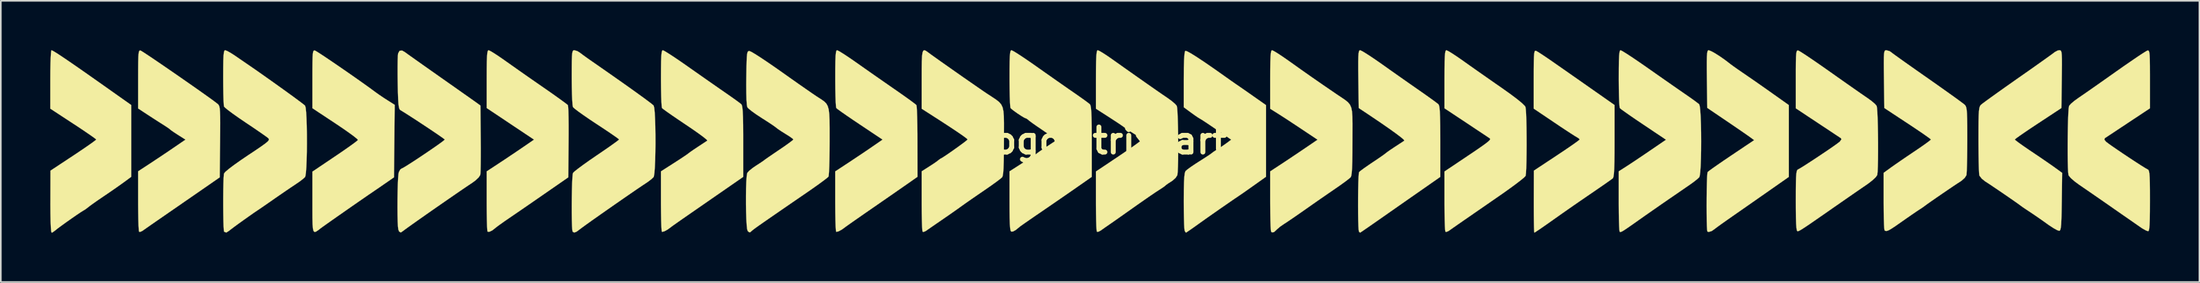
<source format=kicad_pcb>
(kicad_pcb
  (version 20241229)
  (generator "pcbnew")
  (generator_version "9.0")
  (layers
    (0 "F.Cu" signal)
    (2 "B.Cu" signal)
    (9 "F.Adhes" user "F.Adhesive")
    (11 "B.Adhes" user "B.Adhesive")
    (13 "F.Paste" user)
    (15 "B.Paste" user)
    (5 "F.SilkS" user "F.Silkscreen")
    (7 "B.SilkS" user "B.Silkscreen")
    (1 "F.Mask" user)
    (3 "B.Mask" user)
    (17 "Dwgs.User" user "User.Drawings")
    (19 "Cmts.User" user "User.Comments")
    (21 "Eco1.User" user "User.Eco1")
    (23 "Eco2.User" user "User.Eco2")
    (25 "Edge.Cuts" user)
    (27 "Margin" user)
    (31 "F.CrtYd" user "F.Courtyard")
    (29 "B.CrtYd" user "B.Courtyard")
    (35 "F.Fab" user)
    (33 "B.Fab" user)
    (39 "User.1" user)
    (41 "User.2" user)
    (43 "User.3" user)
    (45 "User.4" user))
  (footprint "Logo_itrix_art"
    (layer "F.Cu")
    (at 63.759 5.509)
    (property "Reference" "Logo_itrix_art" (at 0 0 0) (layer "F.SilkS") (effects (font (size 1.524 1.524) (thickness 0.3))))
    (attr through_hole)
    (fp_poly (pts (xy -63.587 -5.461) (xy -63.377 -5.334) (xy -63.049 -5.119) (xy -62.599 -4.814) (xy -62.023 -4.416) (xy -61.318 -3.922) (xy -60.509 -3.351) (xy -58.843 -2.173) (xy -58.843 2.196) (xy -59.288 2.523) (xy -59.549 2.711) (xy -59.898 2.956) (xy -60.283 3.221) (xy -60.537 3.393) (xy -60.869 3.619) (xy -61.155 3.82) (xy -61.363 3.971) (xy -61.453 4.043) (xy -61.621 4.171) (xy -61.742 4.244) (xy -61.895 4.339) (xy -62.142 4.504) (xy -62.445 4.714) (xy -62.767 4.941) (xy -63.069 5.159) (xy -63.315 5.341) (xy -63.467 5.462) (xy -63.485 5.478) (xy -63.619 5.572) (xy -63.675 5.588) (xy -63.7 5.506) (xy -63.72 5.274) (xy -63.736 4.91) (xy -63.745 4.432) (xy -63.749 3.859) (xy -63.748 3.704) (xy -63.743 1.82) (xy -62.351 0.9) (xy -61.925 0.615) (xy -61.552 0.361) (xy -61.253 0.152) (xy -61.05 0.003) (xy -60.965 -0.07) (xy -60.964 -0.074) (xy -61.032 -0.134) (xy -61.222 -0.272) (xy -61.51 -0.472) (xy -61.876 -0.719) (xy -62.297 -0.998) (xy -62.361 -1.039) (xy -63.754 -1.952) (xy -63.754 -3.727) (xy -63.751 -4.255) (xy -63.742 -4.721) (xy -63.728 -5.099) (xy -63.71 -5.365) (xy -63.69 -5.495) (xy -63.683 -5.503) (xy -63.587 -5.461)) (stroke (width 0.01) (type solid)) (fill yes) (layer "F.SilkS"))
    (fp_poly (pts (xy -37.031 -5.456) (xy -36.815 -5.327) (xy -36.522 -5.135) (xy -36.179 -4.898) (xy -36.102 -4.843) (xy -35.722 -4.574) (xy -35.247 -4.239) (xy -34.721 -3.87) (xy -34.186 -3.498) (xy -33.782 -3.218) (xy -33.352 -2.919) (xy -32.97 -2.648) (xy -32.657 -2.422) (xy -32.435 -2.257) (xy -32.327 -2.169) (xy -32.322 -2.163) (xy -32.306 -2.057) (xy -32.292 -1.806) (xy -32.283 -1.433) (xy -32.277 -0.961) (xy -32.277 -0.416) (xy -32.28 0.076) (xy -32.3 2.226) (xy -33.74 3.224) (xy -34.232 3.565) (xy -34.731 3.91) (xy -35.2 4.233) (xy -35.603 4.509) (xy -35.899 4.711) (xy -36.213 4.928) (xy -36.482 5.119) (xy -36.67 5.259) (xy -36.731 5.31) (xy -36.918 5.456) (xy -37.094 5.537) (xy -37.2 5.529) (xy -37.216 5.432) (xy -37.23 5.191) (xy -37.241 4.832) (xy -37.249 4.38) (xy -37.253 3.861) (xy -37.253 3.669) (xy -37.253 1.864) (xy -36.555 1.406) (xy -36.156 1.142) (xy -35.698 0.835) (xy -35.258 0.538) (xy -35.116 0.441) (xy -34.376 -0.067) (xy -37.253 -1.99) (xy -37.253 -3.747) (xy -37.251 -4.353) (xy -37.245 -4.808) (xy -37.232 -5.132) (xy -37.213 -5.344) (xy -37.185 -5.461) (xy -37.147 -5.502) (xy -37.139 -5.503) (xy -37.031 -5.456)) (stroke (width 0.01) (type solid)) (fill yes) (layer "F.SilkS"))
    (fp_poly (pts (xy 37.091 -5.455) (xy 37.326 -5.328) (xy 37.618 -5.144) (xy 37.927 -4.928) (xy 38.111 -4.789) (xy 38.277 -4.66) (xy 38.456 -4.528) (xy 38.681 -4.369) (xy 38.984 -4.16) (xy 39.332 -3.921) (xy 39.639 -3.71) (xy 40.033 -3.435) (xy 40.463 -3.133) (xy 40.877 -2.84) (xy 41.825 -2.167) (xy 41.825 2.198) (xy 40.645 3.025) (xy 40.145 3.374) (xy 39.592 3.761) (xy 39.042 4.145) (xy 38.556 4.484) (xy 38.429 4.572) (xy 38.058 4.832) (xy 37.733 5.062) (xy 37.481 5.244) (xy 37.33 5.358) (xy 37.302 5.381) (xy 37.138 5.493) (xy 36.969 5.545) (xy 36.881 5.526) (xy 36.863 5.426) (xy 36.849 5.188) (xy 36.839 4.842) (xy 36.834 4.42) (xy 36.832 3.952) (xy 36.834 3.468) (xy 36.84 3) (xy 36.849 2.579) (xy 36.861 2.235) (xy 36.877 2) (xy 36.895 1.904) (xy 36.982 1.833) (xy 37.187 1.683) (xy 37.488 1.472) (xy 37.862 1.214) (xy 38.287 0.927) (xy 38.339 0.892) (xy 39.721 -0.036) (xy 39.488 -0.208) (xy 39.341 -0.313) (xy 39.082 -0.493) (xy 38.742 -0.727) (xy 38.348 -0.996) (xy 38.064 -1.189) (xy 36.872 -1.997) (xy 36.849 -3.75) (xy 36.843 -4.346) (xy 36.843 -4.793) (xy 36.849 -5.111) (xy 36.864 -5.321) (xy 36.888 -5.442) (xy 36.923 -5.496) (xy 36.951 -5.503) (xy 37.091 -5.455)) (stroke (width 0.01) (type solid)) (fill yes) (layer "F.SilkS"))
    (fp_poly (pts (xy -47.682 -5.483) (xy -47.578 -5.426) (xy -47.359 -5.287) (xy -47.047 -5.081) (xy -46.664 -4.823) (xy -46.233 -4.528) (xy -45.776 -4.213) (xy -45.316 -3.892) (xy -44.875 -3.581) (xy -44.475 -3.296) (xy -44.139 -3.051) (xy -44.027 -2.968) (xy -43.785 -2.795) (xy -43.481 -2.59) (xy -43.284 -2.464) (xy -42.839 -2.182) (xy -42.861 0.022) (xy -42.884 2.225) (xy -43.476 2.635) (xy -43.764 2.834) (xy -44.01 3.002) (xy -44.17 3.112) (xy -44.196 3.13) (xy -44.403 3.27) (xy -44.703 3.477) (xy -45.071 3.732) (xy -45.48 4.016) (xy -45.905 4.313) (xy -46.319 4.602) (xy -46.696 4.867) (xy -47.01 5.089) (xy -47.235 5.249) (xy -47.341 5.327) (xy -47.499 5.45) (xy -47.62 5.529) (xy -47.707 5.548) (xy -47.768 5.49) (xy -47.805 5.339) (xy -47.826 5.078) (xy -47.835 4.692) (xy -47.837 4.163) (xy -47.837 3.743) (xy -47.837 1.88) (xy -46.467 0.957) (xy -46.042 0.668) (xy -45.668 0.408) (xy -45.367 0.192) (xy -45.161 0.036) (xy -45.071 -0.044) (xy -45.069 -0.047) (xy -45.128 -0.117) (xy -45.308 -0.263) (xy -45.589 -0.47) (xy -45.949 -0.723) (xy -46.368 -1.007) (xy -46.439 -1.054) (xy -47.837 -1.979) (xy -47.837 -3.751) (xy -47.836 -4.342) (xy -47.832 -4.783) (xy -47.824 -5.097) (xy -47.81 -5.304) (xy -47.787 -5.424) (xy -47.754 -5.478) (xy -47.708 -5.488) (xy -47.682 -5.483)) (stroke (width 0.01) (type solid)) (fill yes) (layer "F.SilkS"))
    (fp_poly (pts (xy -58.272 -5.483) (xy -58.174 -5.427) (xy -57.958 -5.288) (xy -57.644 -5.079) (xy -57.253 -4.814) (xy -56.805 -4.508) (xy -56.32 -4.174) (xy -55.819 -3.827) (xy -55.322 -3.48) (xy -54.849 -3.149) (xy -54.421 -2.846) (xy -54.057 -2.586) (xy -53.778 -2.382) (xy -53.605 -2.25) (xy -53.571 -2.222) (xy -53.526 -2.169) (xy -53.49 -2.088) (xy -53.465 -1.959) (xy -53.448 -1.762) (xy -53.439 -1.476) (xy -53.436 -1.08) (xy -53.439 -0.555) (xy -53.444 0.069) (xy -53.467 2.227) (xy -55.033 3.312) (xy -55.54 3.662) (xy -56.049 4.015) (xy -56.527 4.345) (xy -56.94 4.631) (xy -57.255 4.849) (xy -57.309 4.886) (xy -57.625 5.105) (xy -57.899 5.297) (xy -58.096 5.435) (xy -58.162 5.483) (xy -58.301 5.545) (xy -58.363 5.532) (xy -58.38 5.434) (xy -58.395 5.192) (xy -58.407 4.832) (xy -58.415 4.38) (xy -58.42 3.86) (xy -58.42 3.667) (xy -58.42 1.859) (xy -57.721 1.402) (xy -57.323 1.139) (xy -56.864 0.833) (xy -56.424 0.536) (xy -56.283 0.439) (xy -55.542 -0.067) (xy -55.986 -0.348) (xy -56.226 -0.504) (xy -56.404 -0.627) (xy -56.473 -0.683) (xy -56.563 -0.755) (xy -56.75 -0.881) (xy -56.896 -0.974) (xy -57.161 -1.142) (xy -57.496 -1.358) (xy -57.832 -1.577) (xy -57.849 -1.587) (xy -58.42 -1.963) (xy -58.42 -3.743) (xy -58.419 -4.335) (xy -58.415 -4.779) (xy -58.407 -5.095) (xy -58.392 -5.303) (xy -58.369 -5.424) (xy -58.336 -5.478) (xy -58.291 -5.487) (xy -58.272 -5.483)) (stroke (width 0.01) (type solid)) (fill yes) (layer "F.SilkS"))
    (fp_poly (pts (xy -15.871 -5.456) (xy -15.656 -5.327) (xy -15.356 -5.132) (xy -14.998 -4.888) (xy -14.769 -4.727) (xy -14.295 -4.393) (xy -13.739 -4.003) (xy -13.162 -3.601) (xy -12.622 -3.225) (xy -12.446 -3.104) (xy -12.044 -2.823) (xy -11.689 -2.571) (xy -11.407 -2.365) (xy -11.221 -2.223) (xy -11.156 -2.165) (xy -11.139 -2.059) (xy -11.124 -1.807) (xy -11.111 -1.433) (xy -11.101 -0.962) (xy -11.094 -0.417) (xy -11.093 0.059) (xy -11.091 2.192) (xy -11.705 2.623) (xy -11.965 2.804) (xy -12.332 3.059) (xy -12.773 3.366) (xy -13.258 3.702) (xy -13.753 4.045) (xy -13.843 4.107) (xy -14.294 4.419) (xy -14.699 4.701) (xy -15.039 4.938) (xy -15.29 5.115) (xy -15.432 5.217) (xy -15.454 5.233) (xy -15.68 5.399) (xy -15.882 5.509) (xy -16.012 5.54) (xy -16.03 5.532) (xy -16.047 5.434) (xy -16.062 5.192) (xy -16.074 4.832) (xy -16.082 4.38) (xy -16.086 3.861) (xy -16.087 3.67) (xy -16.087 1.866) (xy -15.261 1.323) (xy -14.851 1.051) (xy -14.417 0.76) (xy -14.021 0.492) (xy -13.822 0.355) (xy -13.209 -0.068) (xy -14.584 -0.986) (xy -15.013 -1.274) (xy -15.393 -1.534) (xy -15.703 -1.75) (xy -15.919 -1.905) (xy -16.019 -1.986) (xy -16.022 -1.989) (xy -16.041 -2.096) (xy -16.058 -2.346) (xy -16.071 -2.711) (xy -16.081 -3.165) (xy -16.085 -3.681) (xy -16.085 -3.789) (xy -16.084 -4.39) (xy -16.077 -4.841) (xy -16.064 -5.159) (xy -16.043 -5.363) (xy -16.014 -5.472) (xy -15.975 -5.503) (xy -15.871 -5.456)) (stroke (width 0.01) (type solid)) (fill yes) (layer "F.SilkS"))
    (fp_poly (pts (xy 26.466 -5.47) (xy 26.585 -5.403) (xy 26.81 -5.26) (xy 27.11 -5.059) (xy 27.454 -4.823) (xy 27.48 -4.804) (xy 27.784 -4.592) (xy 28.032 -4.419) (xy 28.25 -4.267) (xy 28.463 -4.118) (xy 28.697 -3.954) (xy 28.979 -3.757) (xy 29.334 -3.508) (xy 29.788 -3.189) (xy 30.078 -2.986) (xy 31.242 -2.169) (xy 31.242 0.013) (xy 31.24 0.727) (xy 31.233 1.287) (xy 31.22 1.707) (xy 31.202 2.002) (xy 31.176 2.187) (xy 31.143 2.277) (xy 31.136 2.285) (xy 31.03 2.363) (xy 30.813 2.517) (xy 30.514 2.726) (xy 30.161 2.969) (xy 30.057 3.041) (xy 29.535 3.398) (xy 29.113 3.688) (xy 28.751 3.938) (xy 28.409 4.176) (xy 28.047 4.43) (xy 27.625 4.728) (xy 27.366 4.912) (xy 27.017 5.157) (xy 26.72 5.363) (xy 26.499 5.511) (xy 26.382 5.583) (xy 26.371 5.588) (xy 26.36 5.507) (xy 26.35 5.281) (xy 26.343 4.934) (xy 26.338 4.49) (xy 26.336 3.972) (xy 26.336 3.704) (xy 26.341 1.82) (xy 27.733 0.899) (xy 28.16 0.614) (xy 28.534 0.359) (xy 28.833 0.15) (xy 29.037 0.001) (xy 29.124 -0.072) (xy 29.125 -0.076) (xy 29.059 -0.151) (xy 28.958 -0.213) (xy 28.834 -0.286) (xy 28.597 -0.438) (xy 28.274 -0.649) (xy 27.89 -0.904) (xy 27.561 -1.126) (xy 26.331 -1.955) (xy 26.331 -3.738) (xy 26.332 -4.333) (xy 26.337 -4.779) (xy 26.346 -5.096) (xy 26.362 -5.303) (xy 26.385 -5.421) (xy 26.418 -5.471) (xy 26.462 -5.471) (xy 26.466 -5.47)) (stroke (width 0.01) (type solid)) (fill yes) (layer "F.SilkS"))
    (fp_poly (pts (xy 10.548 -5.456) (xy 10.762 -5.327) (xy 11.057 -5.133) (xy 11.404 -4.893) (xy 11.521 -4.81) (xy 12.177 -4.342) (xy 12.827 -3.885) (xy 13.517 -3.406) (xy 14.296 -2.873) (xy 14.398 -2.803) (xy 14.679 -2.616) (xy 14.896 -2.467) (xy 15.059 -2.332) (xy 15.175 -2.188) (xy 15.252 -2.011) (xy 15.298 -1.778) (xy 15.32 -1.463) (xy 15.327 -1.045) (xy 15.326 -0.498) (xy 15.325 -0.001) (xy 15.322 0.708) (xy 15.314 1.262) (xy 15.3 1.676) (xy 15.279 1.964) (xy 15.25 2.142) (xy 15.219 2.215) (xy 15.11 2.313) (xy 14.892 2.48) (xy 14.596 2.694) (xy 14.266 2.923) (xy 13.852 3.208) (xy 13.362 3.546) (xy 12.862 3.895) (xy 12.446 4.188) (xy 12.064 4.455) (xy 11.705 4.703) (xy 11.405 4.907) (xy 11.199 5.042) (xy 11.17 5.06) (xy 10.935 5.222) (xy 10.74 5.388) (xy 10.713 5.416) (xy 10.555 5.56) (xy 10.443 5.574) (xy 10.386 5.532) (xy 10.369 5.434) (xy 10.354 5.192) (xy 10.342 4.832) (xy 10.334 4.38) (xy 10.33 3.861) (xy 10.329 3.669) (xy 10.329 1.864) (xy 11.028 1.405) (xy 11.427 1.141) (xy 11.886 0.834) (xy 12.326 0.537) (xy 12.466 0.442) (xy 13.206 -0.062) (xy 12.255 -0.698) (xy 11.849 -0.967) (xy 11.445 -1.234) (xy 11.087 -1.467) (xy 10.822 -1.636) (xy 10.816 -1.64) (xy 10.329 -1.945) (xy 10.329 -3.724) (xy 10.331 -4.337) (xy 10.338 -4.799) (xy 10.351 -5.129) (xy 10.37 -5.344) (xy 10.398 -5.462) (xy 10.436 -5.503) (xy 10.441 -5.503) (xy 10.548 -5.456)) (stroke (width 0.01) (type solid)) (fill yes) (layer "F.SilkS"))
    (fp_poly (pts (xy 5.279 -5.439) (xy 5.516 -5.311) (xy 5.878 -5.085) (xy 6.363 -4.762) (xy 6.967 -4.345) (xy 7.637 -3.871) (xy 7.909 -3.678) (xy 8.157 -3.504) (xy 8.297 -3.408) (xy 8.452 -3.302) (xy 8.707 -3.125) (xy 9.024 -2.904) (xy 9.292 -2.715) (xy 10.075 -2.165) (xy 10.075 2.19) (xy 9.377 2.686) (xy 9.059 2.911) (xy 8.776 3.111) (xy 8.566 3.257) (xy 8.494 3.306) (xy 8.179 3.518) (xy 7.769 3.801) (xy 7.303 4.123) (xy 6.824 4.458) (xy 6.374 4.775) (xy 5.993 5.047) (xy 5.986 5.052) (xy 5.682 5.269) (xy 5.431 5.444) (xy 5.265 5.557) (xy 5.212 5.588) (xy 5.161 5.522) (xy 5.131 5.454) (xy 5.116 5.331) (xy 5.102 5.067) (xy 5.091 4.69) (xy 5.083 4.229) (xy 5.08 3.711) (xy 5.08 3.65) (xy 5.084 3.01) (xy 5.095 2.524) (xy 5.115 2.179) (xy 5.145 1.958) (xy 5.185 1.848) (xy 5.186 1.847) (xy 5.301 1.747) (xy 5.523 1.585) (xy 5.816 1.388) (xy 6.011 1.263) (xy 6.319 1.067) (xy 6.57 0.904) (xy 6.732 0.793) (xy 6.773 0.761) (xy 6.867 0.688) (xy 7.048 0.569) (xy 7.112 0.53) (xy 7.391 0.349) (xy 7.669 0.155) (xy 7.686 0.142) (xy 7.964 -0.064) (xy 7.054 -0.688) (xy 6.706 -0.925) (xy 6.406 -1.126) (xy 6.182 -1.272) (xy 6.063 -1.344) (xy 6.056 -1.347) (xy 5.947 -1.413) (xy 5.747 -1.549) (xy 5.524 -1.71) (xy 5.08 -2.037) (xy 5.08 -3.723) (xy 5.085 -4.405) (xy 5.099 -4.919) (xy 5.123 -5.265) (xy 5.156 -5.442) (xy 5.172 -5.466) (xy 5.279 -5.439)) (stroke (width 0.01) (type solid)) (fill yes) (layer "F.SilkS"))
    (fp_poly (pts (xy 21.135 -5.456) (xy 21.351 -5.327) (xy 21.644 -5.135) (xy 21.987 -4.898) (xy 22.064 -4.843) (xy 22.445 -4.572) (xy 22.921 -4.236) (xy 23.448 -3.867) (xy 23.98 -3.495) (xy 24.369 -3.225) (xy 24.897 -2.85) (xy 25.317 -2.535) (xy 25.619 -2.287) (xy 25.793 -2.115) (xy 25.829 -2.059) (xy 25.851 -1.916) (xy 25.87 -1.634) (xy 25.884 -1.244) (xy 25.894 -0.777) (xy 25.899 -0.262) (xy 25.901 0.271) (xy 25.897 0.79) (xy 25.89 1.265) (xy 25.878 1.667) (xy 25.862 1.965) (xy 25.841 2.128) (xy 25.837 2.139) (xy 25.752 2.23) (xy 25.548 2.399) (xy 25.247 2.631) (xy 24.868 2.909) (xy 24.435 3.218) (xy 24.255 3.342) (xy 23.754 3.689) (xy 23.249 4.039) (xy 22.775 4.366) (xy 22.367 4.649) (xy 22.058 4.862) (xy 22.024 4.886) (xy 21.708 5.105) (xy 21.433 5.297) (xy 21.237 5.435) (xy 21.17 5.483) (xy 21.032 5.545) (xy 20.97 5.532) (xy 20.953 5.434) (xy 20.938 5.192) (xy 20.926 4.833) (xy 20.917 4.38) (xy 20.913 3.861) (xy 20.913 3.673) (xy 20.913 1.871) (xy 22.119 1.062) (xy 22.647 0.707) (xy 23.048 0.433) (xy 23.337 0.229) (xy 23.53 0.082) (xy 23.642 -0.018) (xy 23.687 -0.084) (xy 23.68 -0.128) (xy 23.66 -0.148) (xy 23.564 -0.213) (xy 23.35 -0.356) (xy 23.043 -0.56) (xy 22.666 -0.811) (xy 22.243 -1.092) (xy 22.242 -1.093) (xy 20.913 -1.974) (xy 20.913 -3.739) (xy 20.915 -4.346) (xy 20.921 -4.803) (xy 20.934 -5.129) (xy 20.953 -5.341) (xy 20.981 -5.459) (xy 21.018 -5.502) (xy 21.027 -5.503) (xy 21.135 -5.456)) (stroke (width 0.01) (type solid)) (fill yes) (layer "F.SilkS"))
    (fp_poly (pts (xy 31.705 -5.456) (xy 31.92 -5.325) (xy 32.23 -5.124) (xy 32.613 -4.866) (xy 33.048 -4.566) (xy 33.251 -4.424) (xy 33.755 -4.07) (xy 34.265 -3.713) (xy 34.746 -3.377) (xy 35.164 -3.086) (xy 35.484 -2.865) (xy 35.526 -2.836) (xy 35.844 -2.615) (xy 36.117 -2.419) (xy 36.31 -2.274) (xy 36.379 -2.216) (xy 36.416 -2.097) (xy 36.446 -1.836) (xy 36.47 -1.464) (xy 36.487 -1.008) (xy 36.497 -0.496) (xy 36.5 0.041) (xy 36.497 0.577) (xy 36.487 1.082) (xy 36.47 1.528) (xy 36.446 1.886) (xy 36.415 2.128) (xy 36.386 2.218) (xy 36.262 2.335) (xy 36.047 2.505) (xy 35.832 2.66) (xy 35.578 2.835) (xy 35.234 3.072) (xy 34.846 3.339) (xy 34.52 3.562) (xy 34.077 3.868) (xy 33.569 4.222) (xy 33.069 4.571) (xy 32.766 4.785) (xy 32.343 5.084) (xy 32.037 5.297) (xy 31.828 5.437) (xy 31.695 5.517) (xy 31.617 5.549) (xy 31.573 5.546) (xy 31.549 5.529) (xy 31.534 5.432) (xy 31.52 5.191) (xy 31.508 4.832) (xy 31.5 4.38) (xy 31.496 3.861) (xy 31.496 3.668) (xy 31.496 1.861) (xy 31.96 1.564) (xy 32.21 1.401) (xy 32.555 1.172) (xy 32.952 0.905) (xy 33.357 0.63) (xy 33.396 0.603) (xy 34.368 -0.061) (xy 32.996 -0.981) (xy 32.568 -1.269) (xy 32.188 -1.53) (xy 31.879 -1.747) (xy 31.663 -1.903) (xy 31.563 -1.984) (xy 31.561 -1.987) (xy 31.542 -2.095) (xy 31.525 -2.345) (xy 31.511 -2.711) (xy 31.502 -3.165) (xy 31.497 -3.681) (xy 31.497 -3.789) (xy 31.499 -4.392) (xy 31.506 -4.844) (xy 31.519 -5.163) (xy 31.54 -5.367) (xy 31.57 -5.475) (xy 31.606 -5.503) (xy 31.705 -5.456)) (stroke (width 0.01) (type solid)) (fill yes) (layer "F.SilkS"))
    (fp_poly (pts (xy 15.898 -5.456) (xy 16.118 -5.325) (xy 16.426 -5.127) (xy 16.796 -4.876) (xy 17.139 -4.636) (xy 17.64 -4.28) (xy 18.192 -3.891) (xy 18.74 -3.506) (xy 19.228 -3.165) (xy 19.396 -3.048) (xy 19.77 -2.786) (xy 20.099 -2.551) (xy 20.357 -2.363) (xy 20.515 -2.242) (xy 20.545 -2.216) (xy 20.582 -2.145) (xy 20.61 -1.999) (xy 20.631 -1.761) (xy 20.645 -1.415) (xy 20.654 -0.943) (xy 20.658 -0.328) (xy 20.659 0.046) (xy 20.659 2.197) (xy 19.622 2.922) (xy 19.199 3.217) (xy 18.686 3.575) (xy 18.13 3.964) (xy 17.577 4.351) (xy 17.197 4.617) (xy 16.774 4.912) (xy 16.401 5.172) (xy 16.1 5.38) (xy 15.892 5.523) (xy 15.796 5.586) (xy 15.793 5.588) (xy 15.729 5.541) (xy 15.72 5.532) (xy 15.701 5.431) (xy 15.686 5.192) (xy 15.675 4.845) (xy 15.668 4.422) (xy 15.666 3.952) (xy 15.667 3.468) (xy 15.672 3) (xy 15.681 2.579) (xy 15.694 2.235) (xy 15.71 1.999) (xy 15.728 1.905) (xy 15.821 1.826) (xy 16.023 1.676) (xy 16.303 1.481) (xy 16.552 1.312) (xy 16.867 1.101) (xy 17.127 0.922) (xy 17.3 0.797) (xy 17.357 0.752) (xy 17.444 0.683) (xy 17.634 0.551) (xy 17.887 0.382) (xy 17.905 0.371) (xy 18.164 0.202) (xy 18.368 0.068) (xy 18.475 -0.004) (xy 18.477 -0.005) (xy 18.436 -0.07) (xy 18.263 -0.218) (xy 17.97 -0.44) (xy 17.568 -0.729) (xy 17.067 -1.077) (xy 16.478 -1.475) (xy 16.256 -1.624) (xy 15.706 -1.99) (xy 15.683 -3.747) (xy 15.676 -4.341) (xy 15.676 -4.786) (xy 15.682 -5.103) (xy 15.696 -5.313) (xy 15.719 -5.436) (xy 15.754 -5.492) (xy 15.79 -5.503) (xy 15.898 -5.456)) (stroke (width 0.01) (type solid)) (fill yes) (layer "F.SilkS"))
    (fp_poly (pts (xy -0.036 -5.457) (xy 0.176 -5.332) (xy 0.454 -5.15) (xy 0.636 -5.024) (xy 1.513 -4.403) (xy 2.259 -3.876) (xy 2.879 -3.44) (xy 3.38 -3.09) (xy 3.767 -2.822) (xy 4.048 -2.631) (xy 4.083 -2.607) (xy 4.343 -2.419) (xy 4.549 -2.242) (xy 4.654 -2.121) (xy 4.678 -1.995) (xy 4.698 -1.729) (xy 4.714 -1.352) (xy 4.727 -0.896) (xy 4.736 -0.388) (xy 4.741 0.142) (xy 4.741 0.663) (xy 4.737 1.146) (xy 4.727 1.562) (xy 4.713 1.881) (xy 4.693 2.074) (xy 4.688 2.095) (xy 4.586 2.257) (xy 4.394 2.429) (xy 4.33 2.471) (xy 4.129 2.599) (xy 3.998 2.695) (xy 3.979 2.713) (xy 3.889 2.787) (xy 3.702 2.914) (xy 3.56 3.005) (xy 3.361 3.135) (xy 3.058 3.341) (xy 2.684 3.6) (xy 2.273 3.887) (xy 2.036 4.054) (xy 1.623 4.347) (xy 1.231 4.623) (xy 0.894 4.861) (xy 0.643 5.036) (xy 0.55 5.1) (xy 0.307 5.268) (xy 0.095 5.418) (xy 0.036 5.461) (xy -0.115 5.537) (xy -0.197 5.532) (xy -0.214 5.434) (xy -0.229 5.192) (xy -0.241 4.833) (xy -0.249 4.38) (xy -0.254 3.861) (xy -0.254 3.673) (xy -0.254 1.871) (xy 0.741 1.205) (xy 1.334 0.806) (xy 1.795 0.491) (xy 2.135 0.252) (xy 2.366 0.082) (xy 2.497 -0.027) (xy 2.54 -0.082) (xy 2.54 -0.083) (xy 2.473 -0.15) (xy 2.3 -0.273) (xy 2.092 -0.405) (xy 1.823 -0.574) (xy 1.591 -0.727) (xy 1.478 -0.81) (xy 1.34 -0.909) (xy 1.097 -1.074) (xy 0.785 -1.279) (xy 0.529 -1.445) (xy -0.254 -1.948) (xy -0.254 -3.725) (xy -0.252 -4.347) (xy -0.244 -4.816) (xy -0.23 -5.15) (xy -0.209 -5.364) (xy -0.18 -5.476) (xy -0.148 -5.503) (xy -0.036 -5.457)) (stroke (width 0.01) (type solid)) (fill yes) (layer "F.SilkS"))
    (fp_poly (pts (xy -26.455 -5.456) (xy -26.24 -5.325) (xy -25.931 -5.125) (xy -25.553 -4.87) (xy -25.128 -4.575) (xy -25.034 -4.508) (xy -24.533 -4.156) (xy -24.011 -3.79) (xy -23.509 -3.439) (xy -23.068 -3.132) (xy -22.764 -2.921) (xy -22.422 -2.683) (xy -22.124 -2.471) (xy -21.903 -2.308) (xy -21.79 -2.217) (xy -21.789 -2.216) (xy -21.752 -2.146) (xy -21.724 -2.003) (xy -21.703 -1.771) (xy -21.688 -1.432) (xy -21.679 -0.969) (xy -21.675 -0.363) (xy -21.675 0.046) (xy -21.675 2.197) (xy -22.416 2.711) (xy -22.729 2.928) (xy -23.143 3.215) (xy -23.62 3.545) (xy -24.12 3.892) (xy -24.553 4.192) (xy -24.984 4.491) (xy -25.37 4.759) (xy -25.688 4.982) (xy -25.916 5.143) (xy -26.031 5.226) (xy -26.037 5.232) (xy -26.257 5.395) (xy -26.458 5.506) (xy -26.592 5.541) (xy -26.613 5.532) (xy -26.63 5.434) (xy -26.645 5.192) (xy -26.657 4.832) (xy -26.665 4.38) (xy -26.67 3.861) (xy -26.67 3.669) (xy -26.67 1.863) (xy -25.887 1.362) (xy -25.559 1.15) (xy -25.279 0.965) (xy -25.081 0.83) (xy -25.006 0.773) (xy -24.888 0.684) (xy -24.674 0.536) (xy -24.415 0.364) (xy -24.158 0.195) (xy -23.956 0.062) (xy -23.852 -0.008) (xy -23.852 -0.008) (xy -23.897 -0.068) (xy -24.063 -0.206) (xy -24.332 -0.406) (xy -24.682 -0.654) (xy -25.094 -0.934) (xy -25.162 -0.98) (xy -25.591 -1.268) (xy -25.973 -1.529) (xy -26.284 -1.746) (xy -26.501 -1.903) (xy -26.602 -1.984) (xy -26.605 -1.988) (xy -26.624 -2.095) (xy -26.641 -2.345) (xy -26.655 -2.711) (xy -26.664 -3.165) (xy -26.669 -3.681) (xy -26.669 -3.789) (xy -26.667 -4.388) (xy -26.661 -4.836) (xy -26.648 -5.153) (xy -26.628 -5.357) (xy -26.599 -5.468) (xy -26.56 -5.503) (xy -26.556 -5.503) (xy -26.455 -5.456)) (stroke (width 0.01) (type solid)) (fill yes) (layer "F.SilkS"))
    (fp_poly (pts (xy -10.58 -5.467) (xy -10.459 -5.381) (xy -10.452 -5.376) (xy -10.294 -5.259) (xy -10.021 -5.064) (xy -9.662 -4.808) (xy -9.24 -4.511) (xy -8.783 -4.189) (xy -8.316 -3.862) (xy -7.864 -3.548) (xy -7.455 -3.264) (xy -7.113 -3.028) (xy -6.864 -2.859) (xy -6.858 -2.856) (xy -6.551 -2.655) (xy -6.313 -2.496) (xy -6.134 -2.354) (xy -6.007 -2.206) (xy -5.922 -2.028) (xy -5.872 -1.795) (xy -5.847 -1.483) (xy -5.84 -1.07) (xy -5.841 -0.53) (xy -5.842 -0.001) (xy -5.845 0.708) (xy -5.853 1.262) (xy -5.867 1.676) (xy -5.888 1.965) (xy -5.917 2.142) (xy -5.948 2.216) (xy -6.054 2.31) (xy -6.273 2.477) (xy -6.573 2.694) (xy -6.928 2.942) (xy -7.027 3.01) (xy -7.427 3.284) (xy -7.818 3.554) (xy -8.158 3.791) (xy -8.404 3.967) (xy -8.424 3.981) (xy -8.676 4.162) (xy -9.016 4.401) (xy -9.393 4.663) (xy -9.64 4.833) (xy -9.973 5.062) (xy -10.265 5.263) (xy -10.481 5.414) (xy -10.578 5.483) (xy -10.717 5.545) (xy -10.78 5.532) (xy -10.797 5.434) (xy -10.812 5.192) (xy -10.824 4.832) (xy -10.833 4.38) (xy -10.837 3.86) (xy -10.837 3.668) (xy -10.837 1.861) (xy -10.351 1.551) (xy -10.099 1.387) (xy -9.909 1.255) (xy -9.821 1.184) (xy -9.709 1.1) (xy -9.691 1.092) (xy -9.574 1.026) (xy -9.365 0.89) (xy -9.098 0.707) (xy -8.805 0.501) (xy -8.52 0.296) (xy -8.277 0.116) (xy -8.108 -0.017) (xy -8.046 -0.078) (xy -8.118 -0.148) (xy -8.324 -0.301) (xy -8.655 -0.529) (xy -9.1 -0.826) (xy -9.649 -1.185) (xy -10.097 -1.473) (xy -10.837 -1.948) (xy -10.837 -3.726) (xy -10.836 -4.346) (xy -10.83 -4.813) (xy -10.814 -5.146) (xy -10.785 -5.36) (xy -10.739 -5.474) (xy -10.672 -5.504) (xy -10.58 -5.467)) (stroke (width 0.01) (type solid)) (fill yes) (layer "F.SilkS"))
    (fp_poly (pts (xy -42.202 -5.375) (xy -42.092 -5.294) (xy -41.862 -5.13) (xy -41.533 -4.896) (xy -41.122 -4.605) (xy -40.65 -4.272) (xy -40.136 -3.91) (xy -40.047 -3.847) (xy -39.525 -3.48) (xy -39.039 -3.138) (xy -38.61 -2.835) (xy -38.256 -2.586) (xy -37.998 -2.403) (xy -37.856 -2.302) (xy -37.846 -2.295) (xy -37.634 -2.141) (xy -37.615 -0.126) (xy -37.611 0.452) (xy -37.612 0.981) (xy -37.616 1.435) (xy -37.624 1.789) (xy -37.635 2.016) (xy -37.643 2.08) (xy -37.739 2.229) (xy -37.936 2.416) (xy -38.128 2.556) (xy -38.371 2.718) (xy -38.705 2.944) (xy -39.108 3.221) (xy -39.559 3.532) (xy -40.037 3.863) (xy -40.52 4.199) (xy -40.986 4.525) (xy -41.414 4.826) (xy -41.784 5.088) (xy -42.072 5.294) (xy -42.259 5.431) (xy -42.318 5.478) (xy -42.47 5.58) (xy -42.572 5.521) (xy -42.619 5.397) (xy -42.641 5.225) (xy -42.657 4.922) (xy -42.667 4.522) (xy -42.671 4.061) (xy -42.669 3.572) (xy -42.661 3.089) (xy -42.649 2.646) (xy -42.632 2.278) (xy -42.61 2.017) (xy -42.589 1.911) (xy -42.502 1.751) (xy -42.423 1.693) (xy -42.328 1.649) (xy -42.123 1.526) (xy -41.837 1.345) (xy -41.495 1.122) (xy -41.126 0.876) (xy -40.756 0.626) (xy -40.411 0.389) (xy -40.119 0.183) (xy -39.908 0.027) (xy -39.803 -0.062) (xy -39.797 -0.073) (xy -39.864 -0.129) (xy -40.048 -0.26) (xy -40.321 -0.448) (xy -40.658 -0.675) (xy -41.032 -0.924) (xy -41.416 -1.178) (xy -41.785 -1.418) (xy -42.112 -1.628) (xy -42.371 -1.79) (xy -42.503 -1.869) (xy -42.549 -1.922) (xy -42.584 -2.037) (xy -42.611 -2.236) (xy -42.63 -2.54) (xy -42.645 -2.971) (xy -42.656 -3.526) (xy -42.662 -4.039) (xy -42.662 -4.505) (xy -42.657 -4.893) (xy -42.647 -5.171) (xy -42.633 -5.307) (xy -42.541 -5.472) (xy -42.383 -5.482) (xy -42.202 -5.375)) (stroke (width 0.01) (type solid)) (fill yes) (layer "F.SilkS"))
    (fp_poly (pts (xy 42.402 -5.483) (xy 42.511 -5.424) (xy 42.737 -5.281) (xy 43.06 -5.066) (xy 43.46 -4.794) (xy 43.916 -4.477) (xy 44.329 -4.187) (xy 44.84 -3.825) (xy 45.334 -3.477) (xy 45.785 -3.161) (xy 46.166 -2.895) (xy 46.453 -2.697) (xy 46.585 -2.607) (xy 46.845 -2.419) (xy 47.052 -2.242) (xy 47.157 -2.121) (xy 47.18 -1.995) (xy 47.2 -1.73) (xy 47.217 -1.354) (xy 47.23 -0.898) (xy 47.239 -0.391) (xy 47.244 0.138) (xy 47.244 0.658) (xy 47.24 1.141) (xy 47.231 1.556) (xy 47.217 1.875) (xy 47.197 2.067) (xy 47.193 2.087) (xy 47.103 2.216) (xy 46.906 2.402) (xy 46.638 2.611) (xy 46.539 2.68) (xy 46.274 2.861) (xy 45.905 3.115) (xy 45.466 3.419) (xy 44.992 3.748) (xy 44.536 4.065) (xy 43.945 4.477) (xy 43.476 4.802) (xy 43.116 5.051) (xy 42.847 5.233) (xy 42.655 5.358) (xy 42.524 5.438) (xy 42.438 5.482) (xy 42.383 5.5) (xy 42.35 5.503) (xy 42.315 5.457) (xy 42.288 5.309) (xy 42.268 5.044) (xy 42.256 4.649) (xy 42.25 4.108) (xy 42.249 3.65) (xy 42.25 3.037) (xy 42.255 2.572) (xy 42.264 2.236) (xy 42.281 2.005) (xy 42.305 1.86) (xy 42.338 1.781) (xy 42.383 1.745) (xy 42.386 1.743) (xy 42.51 1.676) (xy 42.744 1.532) (xy 43.056 1.331) (xy 43.417 1.095) (xy 43.797 0.842) (xy 44.165 0.594) (xy 44.492 0.369) (xy 44.747 0.188) (xy 44.901 0.071) (xy 44.915 0.06) (xy 45.019 -0.079) (xy 44.993 -0.152) (xy 44.897 -0.216) (xy 44.684 -0.357) (xy 44.377 -0.561) (xy 44 -0.811) (xy 43.577 -1.091) (xy 43.576 -1.092) (xy 42.249 -1.972) (xy 42.249 -3.747) (xy 42.249 -4.339) (xy 42.253 -4.781) (xy 42.261 -5.096) (xy 42.276 -5.303) (xy 42.299 -5.424) (xy 42.332 -5.478) (xy 42.377 -5.488) (xy 42.402 -5.483)) (stroke (width 0.01) (type solid)) (fill yes) (layer "F.SilkS"))
    (fp_poly (pts (xy 58.314 -5.496) (xy 58.354 -5.461) (xy 58.383 -5.377) (xy 58.4 -5.222) (xy 58.409 -4.974) (xy 58.41 -4.613) (xy 58.405 -4.117) (xy 58.401 -3.747) (xy 58.378 -1.99) (xy 56.964 -1.058) (xy 56.533 -0.772) (xy 56.154 -0.517) (xy 55.85 -0.306) (xy 55.641 -0.156) (xy 55.548 -0.08) (xy 55.545 -0.075) (xy 55.61 -0.012) (xy 55.792 0.126) (xy 56.065 0.32) (xy 56.403 0.553) (xy 56.536 0.642) (xy 56.943 0.916) (xy 57.343 1.189) (xy 57.694 1.431) (xy 57.951 1.612) (xy 57.977 1.631) (xy 58.423 1.955) (xy 58.401 3.707) (xy 58.391 4.305) (xy 58.379 4.754) (xy 58.364 5.075) (xy 58.342 5.288) (xy 58.313 5.412) (xy 58.275 5.469) (xy 58.251 5.479) (xy 58.128 5.441) (xy 57.911 5.322) (xy 57.638 5.145) (xy 57.531 5.069) (xy 57.183 4.82) (xy 56.816 4.566) (xy 56.504 4.355) (xy 56.474 4.335) (xy 56.221 4.168) (xy 56.02 4.032) (xy 55.923 3.962) (xy 55.801 3.871) (xy 55.571 3.708) (xy 55.266 3.496) (xy 54.919 3.257) (xy 54.563 3.014) (xy 54.23 2.789) (xy 53.954 2.604) (xy 53.767 2.483) (xy 53.752 2.474) (xy 53.546 2.311) (xy 53.41 2.138) (xy 53.393 2.095) (xy 53.379 1.958) (xy 53.366 1.679) (xy 53.355 1.283) (xy 53.347 0.798) (xy 53.342 0.25) (xy 53.341 -0.064) (xy 53.342 -0.698) (xy 53.346 -1.185) (xy 53.355 -1.545) (xy 53.37 -1.801) (xy 53.393 -1.974) (xy 53.425 -2.086) (xy 53.468 -2.158) (xy 53.488 -2.18) (xy 53.593 -2.265) (xy 53.819 -2.433) (xy 54.146 -2.67) (xy 54.558 -2.965) (xy 55.034 -3.303) (xy 55.557 -3.671) (xy 55.753 -3.809) (xy 56.286 -4.182) (xy 56.777 -4.528) (xy 57.208 -4.834) (xy 57.561 -5.086) (xy 57.818 -5.272) (xy 57.961 -5.379) (xy 57.982 -5.396) (xy 58.159 -5.488) (xy 58.258 -5.503) (xy 58.314 -5.496)) (stroke (width 0.01) (type solid)) (fill yes) (layer "F.SilkS"))
    (fp_poly (pts (xy -5.28 -5.456) (xy -5.062 -5.325) (xy -4.753 -5.124) (xy -4.374 -4.868) (xy -3.949 -4.573) (xy -3.858 -4.508) (xy -3.358 -4.155) (xy -2.837 -3.789) (xy -2.336 -3.437) (xy -1.896 -3.13) (xy -1.593 -2.921) (xy -1.252 -2.683) (xy -0.954 -2.471) (xy -0.734 -2.308) (xy -0.621 -2.217) (xy -0.62 -2.216) (xy -0.584 -2.143) (xy -0.556 -1.994) (xy -0.535 -1.751) (xy -0.521 -1.397) (xy -0.512 -0.916) (xy -0.508 -0.29) (xy -0.508 0.046) (xy -0.508 2.197) (xy -1.39 2.813) (xy -1.776 3.082) (xy -2.253 3.412) (xy -2.771 3.769) (xy -3.281 4.119) (xy -3.509 4.276) (xy -3.917 4.555) (xy -4.281 4.806) (xy -4.575 5.01) (xy -4.775 5.151) (xy -4.853 5.207) (xy -5 5.327) (xy -5.125 5.429) (xy -5.29 5.52) (xy -5.397 5.528) (xy -5.435 5.471) (xy -5.463 5.322) (xy -5.483 5.064) (xy -5.496 4.68) (xy -5.502 4.155) (xy -5.503 3.676) (xy -5.503 1.863) (xy -4.72 1.362) (xy -4.392 1.15) (xy -4.112 0.965) (xy -3.915 0.83) (xy -3.839 0.773) (xy -3.721 0.684) (xy -3.508 0.536) (xy -3.249 0.364) (xy -2.992 0.195) (xy -2.79 0.062) (xy -2.686 -0.008) (xy -2.685 -0.008) (xy -2.724 -0.071) (xy -2.88 -0.207) (xy -3.131 -0.395) (xy -3.45 -0.618) (xy -3.487 -0.643) (xy -3.823 -0.871) (xy -4.104 -1.068) (xy -4.302 -1.214) (xy -4.387 -1.289) (xy -4.389 -1.291) (xy -4.485 -1.354) (xy -4.492 -1.355) (xy -4.601 -1.4) (xy -4.795 -1.516) (xy -5.025 -1.667) (xy -5.243 -1.823) (xy -5.399 -1.949) (xy -5.439 -1.99) (xy -5.457 -2.097) (xy -5.474 -2.346) (xy -5.488 -2.711) (xy -5.497 -3.165) (xy -5.502 -3.681) (xy -5.502 -3.789) (xy -5.501 -4.381) (xy -5.495 -4.824) (xy -5.483 -5.138) (xy -5.464 -5.342) (xy -5.437 -5.456) (xy -5.399 -5.501) (xy -5.383 -5.503) (xy -5.28 -5.456)) (stroke (width 0.01) (type solid)) (fill yes) (layer "F.SilkS"))
    (fp_poly (pts (xy 47.941 -5.45) (xy 48.021 -5.396) (xy 48.117 -5.322) (xy 48.333 -5.164) (xy 48.652 -4.935) (xy 49.056 -4.648) (xy 49.527 -4.316) (xy 50.046 -3.951) (xy 50.25 -3.809) (xy 50.785 -3.433) (xy 51.28 -3.082) (xy 51.717 -2.771) (xy 52.077 -2.511) (xy 52.341 -2.316) (xy 52.492 -2.2) (xy 52.514 -2.18) (xy 52.562 -2.118) (xy 52.598 -2.024) (xy 52.625 -1.878) (xy 52.643 -1.658) (xy 52.654 -1.341) (xy 52.66 -0.907) (xy 52.662 -0.333) (xy 52.662 -0.064) (xy 52.659 0.507) (xy 52.653 1.03) (xy 52.643 1.477) (xy 52.631 1.822) (xy 52.618 2.04) (xy 52.61 2.095) (xy 52.508 2.257) (xy 52.316 2.43) (xy 52.251 2.474) (xy 52.077 2.586) (xy 51.809 2.764) (xy 51.481 2.986) (xy 51.126 3.228) (xy 50.776 3.469) (xy 50.464 3.686) (xy 50.223 3.856) (xy 50.086 3.957) (xy 50.078 3.963) (xy 49.95 4.056) (xy 49.757 4.183) (xy 49.739 4.194) (xy 49.569 4.307) (xy 49.3 4.491) (xy 48.971 4.719) (xy 48.673 4.928) (xy 48.298 5.19) (xy 48.035 5.363) (xy 47.858 5.46) (xy 47.745 5.492) (xy 47.67 5.473) (xy 47.639 5.447) (xy 47.622 5.349) (xy 47.607 5.108) (xy 47.595 4.75) (xy 47.587 4.301) (xy 47.583 3.788) (xy 47.583 3.672) (xy 47.583 1.953) (xy 48.027 1.63) (xy 48.268 1.46) (xy 48.607 1.225) (xy 49.002 0.955) (xy 49.411 0.679) (xy 49.467 0.642) (xy 49.823 0.4) (xy 50.122 0.19) (xy 50.339 0.03) (xy 50.449 -0.062) (xy 50.457 -0.075) (xy 50.388 -0.135) (xy 50.199 -0.273) (xy 49.911 -0.474) (xy 49.544 -0.722) (xy 49.122 -1.004) (xy 49.039 -1.058) (xy 47.625 -1.99) (xy 47.602 -3.747) (xy 47.595 -4.334) (xy 47.593 -4.773) (xy 47.597 -5.086) (xy 47.608 -5.294) (xy 47.63 -5.418) (xy 47.663 -5.48) (xy 47.71 -5.501) (xy 47.744 -5.503) (xy 47.941 -5.45)) (stroke (width 0.01) (type solid)) (fill yes) (layer "F.SilkS"))
    (fp_poly (pts (xy 63.69 -5.456) (xy 63.717 -5.369) (xy 63.736 -5.205) (xy 63.747 -4.943) (xy 63.752 -4.563) (xy 63.754 -4.044) (xy 63.754 -3.747) (xy 63.754 -1.972) (xy 62.426 -1.092) (xy 62.003 -0.811) (xy 61.627 -0.561) (xy 61.319 -0.358) (xy 61.106 -0.216) (xy 61.009 -0.152) (xy 61.009 -0.152) (xy 60.991 -0.057) (xy 61.088 0.06) (xy 61.222 0.164) (xy 61.463 0.336) (xy 61.78 0.554) (xy 62.144 0.801) (xy 62.524 1.054) (xy 62.89 1.294) (xy 63.212 1.502) (xy 63.461 1.657) (xy 63.605 1.738) (xy 63.616 1.743) (xy 63.662 1.777) (xy 63.696 1.854) (xy 63.721 1.994) (xy 63.738 2.219) (xy 63.748 2.549) (xy 63.753 3.005) (xy 63.754 3.609) (xy 63.754 3.65) (xy 63.752 4.285) (xy 63.745 4.768) (xy 63.732 5.114) (xy 63.712 5.341) (xy 63.684 5.465) (xy 63.647 5.503) (xy 63.647 5.503) (xy 63.515 5.458) (xy 63.314 5.346) (xy 63.245 5.301) (xy 63.086 5.191) (xy 62.814 5.002) (xy 62.456 4.753) (xy 62.038 4.463) (xy 61.587 4.149) (xy 61.509 4.094) (xy 61.028 3.759) (xy 60.55 3.428) (xy 60.109 3.123) (xy 59.738 2.868) (xy 59.472 2.685) (xy 59.463 2.68) (xy 59.18 2.471) (xy 58.955 2.274) (xy 58.826 2.122) (xy 58.81 2.087) (xy 58.789 1.923) (xy 58.774 1.628) (xy 58.764 1.229) (xy 58.759 0.757) (xy 58.759 0.242) (xy 58.763 -0.287) (xy 58.771 -0.801) (xy 58.783 -1.27) (xy 58.799 -1.664) (xy 58.818 -1.953) (xy 58.841 -2.109) (xy 58.846 -2.121) (xy 58.959 -2.25) (xy 59.169 -2.428) (xy 59.417 -2.607) (xy 59.622 -2.747) (xy 59.939 -2.966) (xy 60.344 -3.249) (xy 60.809 -3.576) (xy 61.311 -3.93) (xy 61.674 -4.187) (xy 62.162 -4.53) (xy 62.611 -4.84) (xy 62.999 -5.105) (xy 63.308 -5.309) (xy 63.517 -5.44) (xy 63.6 -5.483) (xy 63.651 -5.487) (xy 63.69 -5.456)) (stroke (width 0.01) (type solid)) (fill yes) (layer "F.SilkS"))
    (fp_poly (pts (xy -31.751 -5.452) (xy -31.593 -5.355) (xy -31.42 -5.223) (xy -31.173 -5.045) (xy -31.009 -4.929) (xy -30.254 -4.404) (xy -29.552 -3.913) (xy -28.915 -3.464) (xy -28.355 -3.066) (xy -27.885 -2.727) (xy -27.515 -2.455) (xy -27.258 -2.261) (xy -27.126 -2.151) (xy -27.114 -2.138) (xy -27.079 -2.007) (xy -27.05 -1.737) (xy -27.029 -1.356) (xy -27.014 -0.893) (xy -27.006 -0.379) (xy -27.004 0.158) (xy -27.01 0.689) (xy -27.022 1.184) (xy -27.041 1.613) (xy -27.066 1.948) (xy -27.098 2.159) (xy -27.119 2.212) (xy -27.249 2.336) (xy -27.464 2.5) (xy -27.603 2.593) (xy -27.817 2.735) (xy -28.133 2.949) (xy -28.525 3.218) (xy -28.971 3.526) (xy -29.447 3.857) (xy -29.929 4.193) (xy -30.393 4.519) (xy -30.816 4.817) (xy -31.173 5.072) (xy -31.441 5.266) (xy -31.597 5.383) (xy -31.608 5.392) (xy -31.811 5.541) (xy -31.939 5.582) (xy -32.032 5.532) (xy -32.054 5.428) (xy -32.07 5.186) (xy -32.081 4.837) (xy -32.087 4.413) (xy -32.088 3.945) (xy -32.084 3.463) (xy -32.076 3) (xy -32.064 2.586) (xy -32.047 2.252) (xy -32.027 2.031) (xy -32.01 1.959) (xy -31.918 1.867) (xy -31.707 1.7) (xy -31.402 1.473) (xy -31.025 1.205) (xy -30.6 0.913) (xy -30.571 0.893) (xy -30.151 0.607) (xy -29.783 0.352) (xy -29.49 0.143) (xy -29.292 -0.004) (xy -29.212 -0.074) (xy -29.211 -0.076) (xy -29.279 -0.136) (xy -29.468 -0.273) (xy -29.755 -0.471) (xy -30.119 -0.716) (xy -30.538 -0.992) (xy -30.574 -1.016) (xy -31.003 -1.301) (xy -31.385 -1.564) (xy -31.696 -1.786) (xy -31.913 -1.953) (xy -32.011 -2.046) (xy -32.012 -2.048) (xy -32.036 -2.174) (xy -32.056 -2.441) (xy -32.073 -2.819) (xy -32.084 -3.282) (xy -32.089 -3.798) (xy -32.089 -3.847) (xy -32.088 -4.416) (xy -32.084 -4.837) (xy -32.074 -5.134) (xy -32.058 -5.326) (xy -32.031 -5.438) (xy -31.994 -5.489) (xy -31.943 -5.503) (xy -31.932 -5.503) (xy -31.751 -5.452)) (stroke (width 0.01) (type solid)) (fill yes) (layer "F.SilkS"))
    (fp_poly (pts (xy -53.012 -5.458) (xy -52.796 -5.338) (xy -52.534 -5.169) (xy -52.523 -5.161) (xy -52.24 -4.966) (xy -51.983 -4.79) (xy -51.816 -4.675) (xy -51.433 -4.412) (xy -50.999 -4.109) (xy -50.536 -3.782) (xy -50.065 -3.447) (xy -49.607 -3.119) (xy -49.185 -2.814) (xy -48.819 -2.546) (xy -48.532 -2.332) (xy -48.345 -2.188) (xy -48.281 -2.132) (xy -48.246 -2.004) (xy -48.218 -1.736) (xy -48.196 -1.357) (xy -48.181 -0.897) (xy -48.173 -0.385) (xy -48.171 0.151) (xy -48.176 0.68) (xy -48.188 1.174) (xy -48.206 1.604) (xy -48.231 1.94) (xy -48.263 2.152) (xy -48.284 2.207) (xy -48.407 2.322) (xy -48.623 2.487) (xy -48.853 2.644) (xy -49.121 2.823) (xy -49.475 3.063) (xy -49.861 3.329) (xy -50.123 3.51) (xy -50.465 3.749) (xy -50.776 3.964) (xy -51.017 4.13) (xy -51.139 4.212) (xy -51.379 4.374) (xy -51.679 4.584) (xy -52.007 4.817) (xy -52.328 5.047) (xy -52.607 5.252) (xy -52.811 5.406) (xy -52.902 5.479) (xy -53.066 5.583) (xy -53.199 5.532) (xy -53.217 5.432) (xy -53.231 5.195) (xy -53.242 4.851) (xy -53.249 4.43) (xy -53.253 3.965) (xy -53.253 3.487) (xy -53.249 3.025) (xy -53.241 2.612) (xy -53.23 2.279) (xy -53.214 2.057) (xy -53.203 1.99) (xy -53.117 1.887) (xy -52.906 1.709) (xy -52.591 1.471) (xy -52.189 1.186) (xy -51.763 0.897) (xy -51.288 0.581) (xy -50.939 0.343) (xy -50.699 0.17) (xy -50.552 0.048) (xy -50.483 -0.037) (xy -50.475 -0.099) (xy -50.511 -0.15) (xy -50.522 -0.161) (xy -50.64 -0.251) (xy -50.873 -0.416) (xy -51.195 -0.638) (xy -51.578 -0.899) (xy -51.913 -1.123) (xy -52.32 -1.4) (xy -52.676 -1.652) (xy -52.959 -1.863) (xy -53.143 -2.015) (xy -53.205 -2.083) (xy -53.22 -2.206) (xy -53.234 -2.469) (xy -53.245 -2.845) (xy -53.252 -3.305) (xy -53.255 -3.82) (xy -53.255 -3.859) (xy -53.253 -4.44) (xy -53.247 -4.871) (xy -53.234 -5.173) (xy -53.213 -5.365) (xy -53.183 -5.469) (xy -53.143 -5.503) (xy -53.137 -5.503) (xy -53.012 -5.458)) (stroke (width 0.01) (type solid)) (fill yes) (layer "F.SilkS"))
    (fp_poly (pts (xy -21.294 -5.455) (xy -21.181 -5.405) (xy -20.951 -5.27) (xy -20.625 -5.062) (xy -20.224 -4.794) (xy -19.766 -4.479) (xy -19.346 -4.184) (xy -18.837 -3.823) (xy -18.348 -3.479) (xy -17.904 -3.169) (xy -17.531 -2.91) (xy -17.252 -2.72) (xy -17.121 -2.635) (xy -16.912 -2.501) (xy -16.75 -2.384) (xy -16.628 -2.26) (xy -16.542 -2.107) (xy -16.484 -1.903) (xy -16.45 -1.624) (xy -16.432 -1.249) (xy -16.427 -0.755) (xy -16.427 -0.118) (xy -16.427 0.04) (xy -16.43 0.614) (xy -16.438 1.135) (xy -16.45 1.577) (xy -16.466 1.916) (xy -16.484 2.126) (xy -16.497 2.183) (xy -16.587 2.265) (xy -16.793 2.424) (xy -17.09 2.642) (xy -17.454 2.9) (xy -17.763 3.115) (xy -18.54 3.648) (xy -19.188 4.094) (xy -19.72 4.461) (xy -20.147 4.756) (xy -20.481 4.988) (xy -20.733 5.165) (xy -20.915 5.295) (xy -21.038 5.386) (xy -21.115 5.446) (xy -21.152 5.479) (xy -21.259 5.573) (xy -21.332 5.555) (xy -21.404 5.486) (xy -21.437 5.371) (xy -21.464 5.118) (xy -21.485 4.76) (xy -21.499 4.328) (xy -21.507 3.856) (xy -21.507 3.373) (xy -21.501 2.914) (xy -21.487 2.509) (xy -21.466 2.191) (xy -21.437 1.992) (xy -21.423 1.952) (xy -21.31 1.827) (xy -21.101 1.657) (xy -20.894 1.516) (xy -20.654 1.361) (xy -20.475 1.241) (xy -20.405 1.188) (xy -20.322 1.126) (xy -20.127 0.99) (xy -19.848 0.799) (xy -19.515 0.573) (xy -19.494 0.56) (xy -19.163 0.333) (xy -18.89 0.138) (xy -18.702 -0.004) (xy -18.627 -0.075) (xy -18.627 -0.077) (xy -18.694 -0.144) (xy -18.868 -0.268) (xy -19.089 -0.406) (xy -19.35 -0.569) (xy -19.561 -0.711) (xy -19.661 -0.789) (xy -19.775 -0.875) (xy -19.998 -1.028) (xy -20.295 -1.222) (xy -20.554 -1.387) (xy -20.884 -1.603) (xy -21.162 -1.803) (xy -21.355 -1.961) (xy -21.424 -2.038) (xy -21.453 -2.18) (xy -21.474 -2.469) (xy -21.486 -2.886) (xy -21.49 -3.407) (xy -21.486 -3.829) (xy -21.477 -4.392) (xy -21.468 -4.808) (xy -21.454 -5.099) (xy -21.435 -5.287) (xy -21.407 -5.395) (xy -21.367 -5.443) (xy -21.314 -5.455) (xy -21.294 -5.455)) (stroke (width 0.01) (type solid)) (fill yes) (layer "F.SilkS")))
  (gr_rect
    (start -3 -3)
    (end 130.518 14.102)
    (stroke (width 0.1) (type default))
    (fill no)
    (layer "Edge.Cuts")))
</source>
